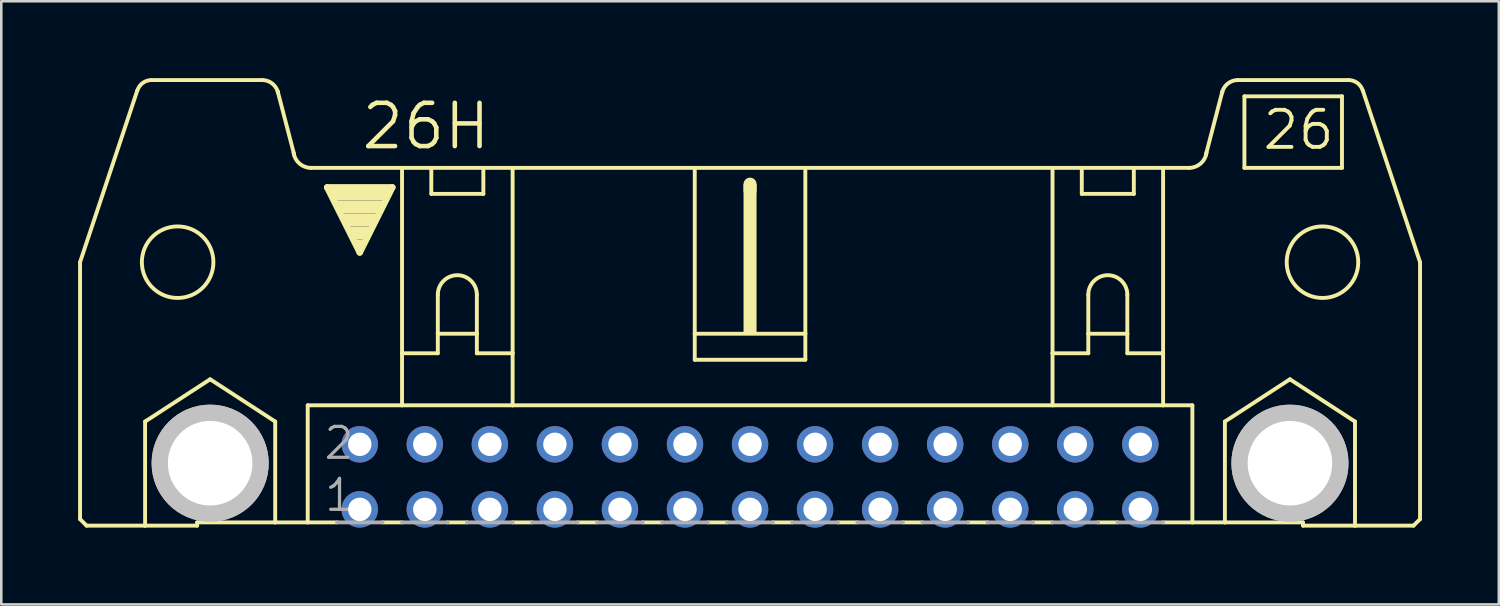
<source format=kicad_pcb>
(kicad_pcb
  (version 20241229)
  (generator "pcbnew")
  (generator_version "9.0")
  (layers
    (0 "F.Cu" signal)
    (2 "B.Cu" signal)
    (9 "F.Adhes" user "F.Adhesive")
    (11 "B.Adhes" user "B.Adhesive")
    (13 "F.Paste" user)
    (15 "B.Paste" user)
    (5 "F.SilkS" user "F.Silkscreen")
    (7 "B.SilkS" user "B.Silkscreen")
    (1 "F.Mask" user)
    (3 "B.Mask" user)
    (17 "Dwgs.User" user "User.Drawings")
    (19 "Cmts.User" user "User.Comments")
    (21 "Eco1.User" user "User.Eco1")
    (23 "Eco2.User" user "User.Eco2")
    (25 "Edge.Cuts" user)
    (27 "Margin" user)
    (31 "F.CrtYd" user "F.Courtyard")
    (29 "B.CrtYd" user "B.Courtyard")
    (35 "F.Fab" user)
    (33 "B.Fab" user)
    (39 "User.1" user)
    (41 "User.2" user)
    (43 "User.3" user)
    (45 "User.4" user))
  (footprint "26H"
    (layer "F.Cu")
    (at 26.238 15.57)
    (property "Reference" "26H" (at -15.265 -12.7 0) (layer "F.SilkS") (effects (font (size 1.689 1.689) (thickness 0.178)) (justify left bottom)))
    (attr through_hole)
    (fp_line (start -26.162 1.651) (end -26.162 -8.382) (stroke (width 0.152) (type solid)) (layer "F.SilkS"))
    (fp_line (start -26.162 1.651) (end -25.908 1.905) (stroke (width 0.152) (type solid)) (layer "F.SilkS"))
    (fp_line (start -25.908 1.905) (end -23.622 1.905) (stroke (width 0.152) (type solid)) (layer "F.SilkS"))
    (fp_line (start -23.927 -15.088) (end -26.162 -8.382) (stroke (width 0.152) (type solid)) (layer "F.SilkS"))
    (fp_line (start -23.622 -2.159) (end -21.082 -3.81) (stroke (width 0.152) (type solid)) (layer "F.SilkS"))
    (fp_line (start -23.622 1.905) (end -23.622 -2.159) (stroke (width 0.152) (type solid)) (layer "F.SilkS"))
    (fp_line (start -23.622 1.905) (end -21.59 1.905) (stroke (width 0.152) (type solid)) (layer "F.SilkS"))
    (fp_line (start -21.59 1.778) (end -21.59 1.905) (stroke (width 0.152) (type solid)) (layer "F.SilkS"))
    (fp_line (start -21.59 1.778) (end -18.542 1.778) (stroke (width 0.152) (type solid)) (layer "F.SilkS"))
    (fp_line (start -21.082 -3.81) (end -18.542 -2.159) (stroke (width 0.152) (type solid)) (layer "F.SilkS"))
    (fp_line (start -19.05 -15.494) (end -23.368 -15.494) (stroke (width 0.152) (type solid)) (layer "F.SilkS"))
    (fp_line (start -18.542 1.778) (end -18.542 -2.159) (stroke (width 0.152) (type solid)) (layer "F.SilkS"))
    (fp_line (start -18.542 1.778) (end -17.272 1.778) (stroke (width 0.152) (type solid)) (layer "F.SilkS"))
    (fp_line (start -17.805 -12.598) (end -18.44 -15.037) (stroke (width 0.152) (type solid)) (layer "F.SilkS"))
    (fp_line (start -17.272 -2.794) (end -17.272 1.778) (stroke (width 0.152) (type solid)) (layer "F.SilkS"))
    (fp_line (start -17.272 1.778) (end -16.129 1.778) (stroke (width 0.152) (type solid)) (layer "F.SilkS"))
    (fp_line (start -17.145 -12.065) (end -13.589 -12.065) (stroke (width 0.152) (type solid)) (layer "F.SilkS"))
    (fp_line (start -16.51 -11.303) (end -13.97 -11.303) (stroke (width 0.254) (type solid)) (layer "F.SilkS"))
    (fp_line (start -15.24 -8.763) (end -16.51 -11.303) (stroke (width 0.254) (type solid)) (layer "F.SilkS"))
    (fp_line (start -14.351 1.778) (end -13.589 1.778) (stroke (width 0.152) (type solid)) (layer "F.SilkS"))
    (fp_line (start -13.97 -11.303) (end -15.24 -8.763) (stroke (width 0.254) (type solid)) (layer "F.SilkS"))
    (fp_line (start -13.589 -12.065) (end -12.446 -12.065) (stroke (width 0.152) (type solid)) (layer "F.SilkS"))
    (fp_line (start -13.589 -4.826) (end -13.589 -12.065) (stroke (width 0.152) (type solid)) (layer "F.SilkS"))
    (fp_line (start -13.589 -4.826) (end -13.589 -2.794) (stroke (width 0.152) (type solid)) (layer "F.SilkS"))
    (fp_line (start -13.589 -4.826) (end -12.192 -4.826) (stroke (width 0.152) (type solid)) (layer "F.SilkS"))
    (fp_line (start -13.589 -2.794) (end -17.272 -2.794) (stroke (width 0.152) (type solid)) (layer "F.SilkS"))
    (fp_line (start -12.446 -12.065) (end -10.414 -12.065) (stroke (width 0.152) (type solid)) (layer "F.SilkS"))
    (fp_line (start -12.446 -11.049) (end -12.446 -12.065) (stroke (width 0.152) (type solid)) (layer "F.SilkS"))
    (fp_line (start -12.446 -11.049) (end -10.414 -11.049) (stroke (width 0.152) (type solid)) (layer "F.SilkS"))
    (fp_line (start -12.192 -7.112) (end -12.192 -5.588) (stroke (width 0.152) (type solid)) (layer "F.SilkS"))
    (fp_line (start -12.192 -5.588) (end -12.192 -4.826) (stroke (width 0.152) (type solid)) (layer "F.SilkS"))
    (fp_line (start -12.192 -5.588) (end -10.668 -5.588) (stroke (width 0.152) (type solid)) (layer "F.SilkS"))
    (fp_line (start -11.811 1.778) (end -11.049 1.778) (stroke (width 0.152) (type solid)) (layer "F.SilkS"))
    (fp_line (start -10.668 -7.112) (end -10.668 -5.588) (stroke (width 0.152) (type solid)) (layer "F.SilkS"))
    (fp_line (start -10.668 -5.588) (end -10.668 -4.826) (stroke (width 0.152) (type solid)) (layer "F.SilkS"))
    (fp_line (start -10.668 -4.826) (end -9.271 -4.826) (stroke (width 0.152) (type solid)) (layer "F.SilkS"))
    (fp_line (start -10.414 -12.065) (end -10.414 -11.049) (stroke (width 0.152) (type solid)) (layer "F.SilkS"))
    (fp_line (start -10.414 -12.065) (end -9.271 -12.065) (stroke (width 0.152) (type solid)) (layer "F.SilkS"))
    (fp_line (start -9.271 -12.065) (end -2.159 -12.065) (stroke (width 0.152) (type solid)) (layer "F.SilkS"))
    (fp_line (start -9.271 -4.826) (end -9.271 -12.065) (stroke (width 0.152) (type solid)) (layer "F.SilkS"))
    (fp_line (start -9.271 -4.826) (end -9.271 -2.794) (stroke (width 0.152) (type solid)) (layer "F.SilkS"))
    (fp_line (start -9.271 -2.794) (end -13.589 -2.794) (stroke (width 0.152) (type solid)) (layer "F.SilkS"))
    (fp_line (start -9.271 1.778) (end -8.509 1.778) (stroke (width 0.152) (type solid)) (layer "F.SilkS"))
    (fp_line (start -6.731 1.778) (end -5.969 1.778) (stroke (width 0.152) (type solid)) (layer "F.SilkS"))
    (fp_line (start -4.191 1.778) (end -3.429 1.778) (stroke (width 0.152) (type solid)) (layer "F.SilkS"))
    (fp_line (start -2.159 -12.065) (end -2.159 -5.588) (stroke (width 0.152) (type solid)) (layer "F.SilkS"))
    (fp_line (start -2.159 -12.065) (end 2.159 -12.065) (stroke (width 0.152) (type solid)) (layer "F.SilkS"))
    (fp_line (start -2.159 -5.588) (end -2.159 -4.572) (stroke (width 0.152) (type solid)) (layer "F.SilkS"))
    (fp_line (start -1.651 1.778) (end -0.889 1.778) (stroke (width 0.152) (type solid)) (layer "F.SilkS"))
    (fp_line (start 0 -11.176) (end 0 -11.43) (stroke (width 0.508) (type solid)) (layer "F.SilkS"))
    (fp_line (start 0.889 1.778) (end 1.651 1.778) (stroke (width 0.152) (type solid)) (layer "F.SilkS"))
    (fp_line (start 2.159 -12.065) (end 2.159 -5.588) (stroke (width 0.152) (type solid)) (layer "F.SilkS"))
    (fp_line (start 2.159 -12.065) (end 11.811 -12.065) (stroke (width 0.152) (type solid)) (layer "F.SilkS"))
    (fp_line (start 2.159 -5.588) (end -2.159 -5.588) (stroke (width 0.152) (type solid)) (layer "F.SilkS"))
    (fp_line (start 2.159 -5.588) (end 2.159 -4.572) (stroke (width 0.152) (type solid)) (layer "F.SilkS"))
    (fp_line (start 2.159 -4.572) (end -2.159 -4.572) (stroke (width 0.152) (type solid)) (layer "F.SilkS"))
    (fp_line (start 3.429 1.778) (end 4.191 1.778) (stroke (width 0.152) (type solid)) (layer "F.SilkS"))
    (fp_line (start 5.969 1.778) (end 6.731 1.778) (stroke (width 0.152) (type solid)) (layer "F.SilkS"))
    (fp_line (start 8.509 1.778) (end 9.271 1.778) (stroke (width 0.152) (type solid)) (layer "F.SilkS"))
    (fp_line (start 11.049 1.778) (end 11.811 1.778) (stroke (width 0.152) (type solid)) (layer "F.SilkS"))
    (fp_line (start 11.811 -12.065) (end 17.145 -12.065) (stroke (width 0.152) (type solid)) (layer "F.SilkS"))
    (fp_line (start 11.811 -4.826) (end 11.811 -12.065) (stroke (width 0.152) (type solid)) (layer "F.SilkS"))
    (fp_line (start 11.811 -4.826) (end 11.811 -2.794) (stroke (width 0.152) (type solid)) (layer "F.SilkS"))
    (fp_line (start 11.811 -4.826) (end 13.208 -4.826) (stroke (width 0.152) (type solid)) (layer "F.SilkS"))
    (fp_line (start 11.811 -2.794) (end -9.271 -2.794) (stroke (width 0.152) (type solid)) (layer "F.SilkS"))
    (fp_line (start 12.954 -11.049) (end 12.954 -12.065) (stroke (width 0.152) (type solid)) (layer "F.SilkS"))
    (fp_line (start 12.954 -11.049) (end 14.986 -11.049) (stroke (width 0.152) (type solid)) (layer "F.SilkS"))
    (fp_line (start 13.208 -7.112) (end 13.208 -5.588) (stroke (width 0.152) (type solid)) (layer "F.SilkS"))
    (fp_line (start 13.208 -5.588) (end 13.208 -4.826) (stroke (width 0.152) (type solid)) (layer "F.SilkS"))
    (fp_line (start 13.208 -5.588) (end 14.732 -5.588) (stroke (width 0.152) (type solid)) (layer "F.SilkS"))
    (fp_line (start 13.589 1.778) (end 14.351 1.778) (stroke (width 0.152) (type solid)) (layer "F.SilkS"))
    (fp_line (start 14.732 -7.112) (end 14.732 -5.588) (stroke (width 0.152) (type solid)) (layer "F.SilkS"))
    (fp_line (start 14.732 -5.588) (end 14.732 -4.826) (stroke (width 0.152) (type solid)) (layer "F.SilkS"))
    (fp_line (start 14.732 -4.826) (end 16.129 -4.826) (stroke (width 0.152) (type solid)) (layer "F.SilkS"))
    (fp_line (start 14.986 -12.065) (end 14.986 -11.049) (stroke (width 0.152) (type solid)) (layer "F.SilkS"))
    (fp_line (start 16.129 -4.826) (end 16.129 -12.065) (stroke (width 0.152) (type solid)) (layer "F.SilkS"))
    (fp_line (start 16.129 -4.826) (end 16.129 -2.794) (stroke (width 0.152) (type solid)) (layer "F.SilkS"))
    (fp_line (start 16.129 -2.794) (end 11.811 -2.794) (stroke (width 0.152) (type solid)) (layer "F.SilkS"))
    (fp_line (start 17.272 -2.794) (end 16.129 -2.794) (stroke (width 0.152) (type solid)) (layer "F.SilkS"))
    (fp_line (start 17.272 -2.794) (end 17.272 1.778) (stroke (width 0.152) (type solid)) (layer "F.SilkS"))
    (fp_line (start 17.272 1.778) (end 16.129 1.778) (stroke (width 0.152) (type solid)) (layer "F.SilkS"))
    (fp_line (start 17.805 -12.598) (end 18.44 -15.037) (stroke (width 0.152) (type solid)) (layer "F.SilkS"))
    (fp_line (start 18.542 -2.159) (end 21.082 -3.81) (stroke (width 0.152) (type solid)) (layer "F.SilkS"))
    (fp_line (start 18.542 1.778) (end 17.272 1.778) (stroke (width 0.152) (type solid)) (layer "F.SilkS"))
    (fp_line (start 18.542 1.778) (end 18.542 -2.159) (stroke (width 0.152) (type solid)) (layer "F.SilkS"))
    (fp_line (start 19.05 -15.494) (end 23.368 -15.494) (stroke (width 0.152) (type solid)) (layer "F.SilkS"))
    (fp_line (start 19.304 -14.859) (end 19.304 -12.065) (stroke (width 0.152) (type solid)) (layer "F.SilkS"))
    (fp_line (start 19.304 -12.065) (end 23.114 -12.065) (stroke (width 0.152) (type solid)) (layer "F.SilkS"))
    (fp_line (start 21.082 -3.81) (end 23.622 -2.159) (stroke (width 0.152) (type solid)) (layer "F.SilkS"))
    (fp_line (start 21.59 1.778) (end 18.542 1.778) (stroke (width 0.152) (type solid)) (layer "F.SilkS"))
    (fp_line (start 21.59 1.778) (end 21.59 1.905) (stroke (width 0.152) (type solid)) (layer "F.SilkS"))
    (fp_line (start 23.114 -14.859) (end 19.304 -14.859) (stroke (width 0.152) (type solid)) (layer "F.SilkS"))
    (fp_line (start 23.114 -14.859) (end 23.114 -12.065) (stroke (width 0.152) (type solid)) (layer "F.SilkS"))
    (fp_line (start 23.622 1.905) (end 21.59 1.905) (stroke (width 0.152) (type solid)) (layer "F.SilkS"))
    (fp_line (start 23.622 1.905) (end 23.622 -2.159) (stroke (width 0.152) (type solid)) (layer "F.SilkS"))
    (fp_line (start 23.927 -15.088) (end 26.162 -8.382) (stroke (width 0.152) (type solid)) (layer "F.SilkS"))
    (fp_line (start 25.908 1.905) (end 23.622 1.905) (stroke (width 0.152) (type solid)) (layer "F.SilkS"))
    (fp_line (start 26.162 1.651) (end 25.908 1.905) (stroke (width 0.152) (type solid)) (layer "F.SilkS"))
    (fp_line (start 26.162 1.651) (end 26.162 -8.382) (stroke (width 0.152) (type solid)) (layer "F.SilkS"))
    (fp_arc (start -23.9244 -15.0878) (mid -23.712453 -15.38168) (end -23.367999 -15.494101) (stroke (width 0.1524) (type solid)) (layer "F.SilkS"))
    (fp_arc (start -19.05 -15.494) (mid -18.668999 -15.367) (end -18.440399 -15.036799) (stroke (width 0.1524) (type solid)) (layer "F.SilkS"))
    (fp_arc (start -18.4404 -15.0368) (mid -18.437084 -15.024931) (end -18.434 -15.013) (stroke (width 0.1524) (type solid)) (layer "F.SilkS"))
    (fp_arc (start -17.144999 -12.064999) (mid -17.596774 -12.234823) (end -17.8248 -12.6602) (stroke (width 0.1524) (type solid)) (layer "F.SilkS"))
    (fp_arc (start -12.192 -7.112) (mid -11.43 -7.874) (end -10.668 -7.112) (stroke (width 0.1524) (type solid)) (layer "F.SilkS"))
    (fp_arc (start 13.208 -7.112) (mid 13.97 -7.874) (end 14.732 -7.112) (stroke (width 0.1524) (type solid)) (layer "F.SilkS"))
    (fp_arc (start 17.824799 -12.660201) (mid 17.596774 -12.234825) (end 17.145 -12.065) (stroke (width 0.1524) (type solid)) (layer "F.SilkS"))
    (fp_arc (start 18.434 -15.013) (mid 18.437084 -15.024931) (end 18.4404 -15.0368) (stroke (width 0.1524) (type solid)) (layer "F.SilkS"))
    (fp_arc (start 18.4404 -15.0368) (mid 18.669001 -15.367) (end 19.050001 -15.493999) (stroke (width 0.1524) (type solid)) (layer "F.SilkS"))
    (fp_arc (start 23.368 -15.494) (mid 23.712385 -15.381609) (end 23.9243 -15.087799) (stroke (width 0.1524) (type solid)) (layer "F.SilkS"))
    (fp_circle (center -22.352 -8.382) (end -20.955 -8.382) (stroke (width 0.152) (type solid)) (fill no) (layer "F.SilkS"))
    (fp_circle (center -21.082 -0.533) (end -19.761 -0.533) (stroke (width 0.152) (type solid)) (fill no) (layer "F.SilkS"))
    (fp_circle (center 21.082 -0.533) (end 22.403 -0.533) (stroke (width 0.152) (type solid)) (fill no) (layer "F.SilkS"))
    (fp_circle (center 22.352 -8.382) (end 23.749 -8.382) (stroke (width 0.152) (type solid)) (fill no) (layer "F.SilkS"))
    (fp_poly (pts (xy -16.383 -10.795) (xy -14.097 -10.795) (xy -14.097 -11.303) (xy -16.383 -11.303)) (stroke (width 0) (type solid)) (fill yes) (layer "F.SilkS"))
    (fp_poly (pts (xy -16.129 -10.287) (xy -14.351 -10.287) (xy -14.351 -10.795) (xy -16.129 -10.795)) (stroke (width 0) (type solid)) (fill yes) (layer "F.SilkS"))
    (fp_poly (pts (xy -15.875 -9.779) (xy -14.605 -9.779) (xy -14.605 -10.287) (xy -15.875 -10.287)) (stroke (width 0) (type solid)) (fill yes) (layer "F.SilkS"))
    (fp_poly (pts (xy -15.621 -9.271) (xy -14.859 -9.271) (xy -14.859 -9.779) (xy -15.621 -9.779)) (stroke (width 0) (type solid)) (fill yes) (layer "F.SilkS"))
    (fp_poly (pts (xy -15.367 -9.017) (xy -15.113 -9.017) (xy -15.113 -9.271) (xy -15.367 -9.271)) (stroke (width 0) (type solid)) (fill yes) (layer "F.SilkS"))
    (fp_poly (pts (xy -0.254 -5.588) (xy 0.254 -5.588) (xy 0.254 -11.43) (xy -0.254 -11.43)) (stroke (width 0) (type solid)) (fill yes) (layer "F.SilkS"))
    (fp_circle (center -21.082 -0.533) (end -19.939 -0.533) (stroke (width 2.286) (type solid)) (fill no) (layer "Dwgs.User"))
    (fp_circle (center -21.082 -0.533) (end -19.939 -0.533) (stroke (width 2.286) (type solid)) (fill no) (layer "Dwgs.User"))
    (fp_circle (center 21.082 -0.533) (end 22.225 -0.533) (stroke (width 2.286) (type solid)) (fill no) (layer "Dwgs.User"))
    (fp_circle (center 21.082 -0.533) (end 22.225 -0.533) (stroke (width 2.286) (type solid)) (fill no) (layer "Dwgs.User"))
    (fp_line (start -16.129 1.778) (end -14.351 1.778) (stroke (width 0.152) (type solid)) (layer "F.Fab"))
    (fp_line (start -13.589 1.778) (end -11.811 1.778) (stroke (width 0.152) (type solid)) (layer "F.Fab"))
    (fp_line (start -11.049 1.778) (end -9.271 1.778) (stroke (width 0.152) (type solid)) (layer "F.Fab"))
    (fp_line (start -8.509 1.778) (end -6.731 1.778) (stroke (width 0.152) (type solid)) (layer "F.Fab"))
    (fp_line (start -4.191 1.778) (end -5.969 1.778) (stroke (width 0.152) (type solid)) (layer "F.Fab"))
    (fp_line (start -1.651 1.778) (end -3.429 1.778) (stroke (width 0.152) (type solid)) (layer "F.Fab"))
    (fp_line (start 0.889 1.778) (end -0.889 1.778) (stroke (width 0.152) (type solid)) (layer "F.Fab"))
    (fp_line (start 3.429 1.778) (end 1.651 1.778) (stroke (width 0.152) (type solid)) (layer "F.Fab"))
    (fp_line (start 5.969 1.778) (end 4.191 1.778) (stroke (width 0.152) (type solid)) (layer "F.Fab"))
    (fp_line (start 8.509 1.778) (end 6.731 1.778) (stroke (width 0.152) (type solid)) (layer "F.Fab"))
    (fp_line (start 11.049 1.778) (end 9.271 1.778) (stroke (width 0.152) (type solid)) (layer "F.Fab"))
    (fp_line (start 13.589 1.778) (end 11.811 1.778) (stroke (width 0.152) (type solid)) (layer "F.Fab"))
    (fp_line (start 16.129 1.778) (end 14.351 1.778) (stroke (width 0.152) (type solid)) (layer "F.Fab"))
    (fp_text user "26" (at 19.939 -12.7 0) (layer "F.SilkS") (effects (font (size 1.448 1.448) (thickness 0.152)) (justify left bottom)))
    (fp_text user "1" (at -16.688 1.422 0) (layer "F.Fab") (effects (font (size 1.206 1.206) (thickness 0.127)) (justify left bottom)))
    (fp_text user "2" (at -16.713 -0.61 0) (layer "F.Fab") (effects (font (size 1.206 1.206) (thickness 0.127)) (justify left bottom)))
    (pad "" np_thru_hole circle (at -21.082 -0.533) (size 3.302 3.302) (drill 3.302) (layers "*.Cu" "*.Mask"))
    (pad "" np_thru_hole circle (at 21.082 -0.533) (size 3.302 3.302) (drill 3.302) (layers "*.Cu" "*.Mask"))
    (pad "1" thru_hole circle (at -15.24 1.27) (size 1.422 1.422) (drill 0.914) (layers "*.Cu" "*.Mask"))
    (pad "2" thru_hole circle (at -15.24 -1.27) (size 1.422 1.422) (drill 0.914) (layers "*.Cu" "*.Mask"))
    (pad "3" thru_hole circle (at -12.7 1.27) (size 1.422 1.422) (drill 0.914) (layers "*.Cu" "*.Mask"))
    (pad "4" thru_hole circle (at -12.7 -1.27) (size 1.422 1.422) (drill 0.914) (layers "*.Cu" "*.Mask"))
    (pad "5" thru_hole circle (at -10.16 1.27) (size 1.422 1.422) (drill 0.914) (layers "*.Cu" "*.Mask"))
    (pad "6" thru_hole circle (at -10.16 -1.27) (size 1.422 1.422) (drill 0.914) (layers "*.Cu" "*.Mask"))
    (pad "7" thru_hole circle (at -7.62 1.27) (size 1.422 1.422) (drill 0.914) (layers "*.Cu" "*.Mask"))
    (pad "8" thru_hole circle (at -7.62 -1.27) (size 1.422 1.422) (drill 0.914) (layers "*.Cu" "*.Mask"))
    (pad "9" thru_hole circle (at -5.08 1.27) (size 1.422 1.422) (drill 0.914) (layers "*.Cu" "*.Mask"))
    (pad "10" thru_hole circle (at -5.08 -1.27) (size 1.422 1.422) (drill 0.914) (layers "*.Cu" "*.Mask"))
    (pad "11" thru_hole circle (at -2.54 1.27) (size 1.422 1.422) (drill 0.914) (layers "*.Cu" "*.Mask"))
    (pad "12" thru_hole circle (at -2.54 -1.27) (size 1.422 1.422) (drill 0.914) (layers "*.Cu" "*.Mask"))
    (pad "13" thru_hole circle (at 0 1.27) (size 1.422 1.422) (drill 0.914) (layers "*.Cu" "*.Mask"))
    (pad "14" thru_hole circle (at 0 -1.27) (size 1.422 1.422) (drill 0.914) (layers "*.Cu" "*.Mask"))
    (pad "15" thru_hole circle (at 2.54 1.27) (size 1.422 1.422) (drill 0.914) (layers "*.Cu" "*.Mask"))
    (pad "16" thru_hole circle (at 2.54 -1.27) (size 1.422 1.422) (drill 0.914) (layers "*.Cu" "*.Mask"))
    (pad "17" thru_hole circle (at 5.08 1.27) (size 1.422 1.422) (drill 0.914) (layers "*.Cu" "*.Mask"))
    (pad "18" thru_hole circle (at 5.08 -1.27) (size 1.422 1.422) (drill 0.914) (layers "*.Cu" "*.Mask"))
    (pad "19" thru_hole circle (at 7.62 1.27) (size 1.422 1.422) (drill 0.914) (layers "*.Cu" "*.Mask"))
    (pad "20" thru_hole circle (at 7.62 -1.27) (size 1.422 1.422) (drill 0.914) (layers "*.Cu" "*.Mask"))
    (pad "21" thru_hole circle (at 10.16 1.27) (size 1.422 1.422) (drill 0.914) (layers "*.Cu" "*.Mask"))
    (pad "22" thru_hole circle (at 10.16 -1.27) (size 1.422 1.422) (drill 0.914) (layers "*.Cu" "*.Mask"))
    (pad "23" thru_hole circle (at 12.7 1.27) (size 1.422 1.422) (drill 0.914) (layers "*.Cu" "*.Mask"))
    (pad "24" thru_hole circle (at 12.7 -1.27) (size 1.422 1.422) (drill 0.914) (layers "*.Cu" "*.Mask"))
    (pad "25" thru_hole circle (at 15.24 1.27) (size 1.422 1.422) (drill 0.914) (layers "*.Cu" "*.Mask"))
    (pad "26" thru_hole circle (at 15.24 -1.27) (size 1.422 1.422) (drill 0.914) (layers "*.Cu" "*.Mask")))
  (gr_rect
    (start -3 -3)
    (end 55.476 20.552)
    (stroke (width 0.1) (type default))
    (fill no)
    (layer "Edge.Cuts")))
</source>
